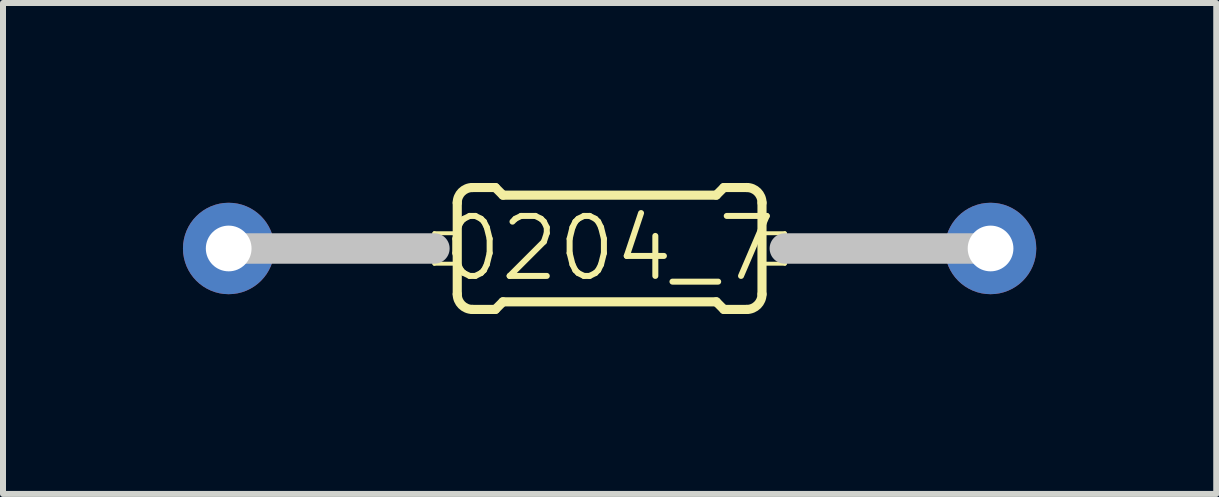
<source format=kicad_pcb>
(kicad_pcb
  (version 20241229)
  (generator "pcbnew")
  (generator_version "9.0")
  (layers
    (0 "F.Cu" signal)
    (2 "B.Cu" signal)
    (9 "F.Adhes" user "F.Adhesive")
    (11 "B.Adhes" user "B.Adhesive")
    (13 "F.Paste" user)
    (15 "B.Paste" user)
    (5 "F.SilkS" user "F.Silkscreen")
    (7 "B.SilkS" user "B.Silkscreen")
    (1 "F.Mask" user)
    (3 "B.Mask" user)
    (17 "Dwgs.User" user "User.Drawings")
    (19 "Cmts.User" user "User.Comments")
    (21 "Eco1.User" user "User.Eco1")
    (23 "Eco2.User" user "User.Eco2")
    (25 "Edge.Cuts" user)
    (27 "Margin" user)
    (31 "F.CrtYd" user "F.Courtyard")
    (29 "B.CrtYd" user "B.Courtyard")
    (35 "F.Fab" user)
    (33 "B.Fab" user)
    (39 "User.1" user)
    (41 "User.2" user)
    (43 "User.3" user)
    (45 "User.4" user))
  (footprint "0204_7"
    (layer "F.Cu")
    (at 7.112 1.092)
    (property "Reference" "0204_7" (at 0 0 0) (layer "F.SilkS") (effects (font (size 1 1) (thickness 0.1))))
    (attr exclude_from_pos_files exclude_from_bom)
    (fp_line (start -2.921 -0.254) (end -2.54 -0.254) (stroke (width 0.066) (type solid)) (layer "F.SilkS"))
    (fp_line (start -2.921 0.254) (end -2.921 -0.254) (stroke (width 0.066) (type solid)) (layer "F.SilkS"))
    (fp_line (start -2.921 0.254) (end -2.54 0.254) (stroke (width 0.066) (type solid)) (layer "F.SilkS"))
    (fp_line (start -2.54 0.254) (end -2.54 -0.254) (stroke (width 0.066) (type solid)) (layer "F.SilkS"))
    (fp_line (start -2.54 0.762) (end -2.54 -0.762) (stroke (width 0.152) (type solid)) (layer "F.SilkS"))
    (fp_line (start -2.286 -1.016) (end -1.905 -1.016) (stroke (width 0.152) (type solid)) (layer "F.SilkS"))
    (fp_line (start -2.286 1.016) (end -1.905 1.016) (stroke (width 0.152) (type solid)) (layer "F.SilkS"))
    (fp_line (start -1.778 -0.889) (end -1.905 -1.016) (stroke (width 0.152) (type solid)) (layer "F.SilkS"))
    (fp_line (start -1.778 0.889) (end -1.905 1.016) (stroke (width 0.152) (type solid)) (layer "F.SilkS"))
    (fp_line (start 1.778 -0.889) (end -1.778 -0.889) (stroke (width 0.152) (type solid)) (layer "F.SilkS"))
    (fp_line (start 1.778 -0.889) (end 1.905 -1.016) (stroke (width 0.152) (type solid)) (layer "F.SilkS"))
    (fp_line (start 1.778 0.889) (end -1.778 0.889) (stroke (width 0.152) (type solid)) (layer "F.SilkS"))
    (fp_line (start 1.778 0.889) (end 1.905 1.016) (stroke (width 0.152) (type solid)) (layer "F.SilkS"))
    (fp_line (start 2.286 -1.016) (end 1.905 -1.016) (stroke (width 0.152) (type solid)) (layer "F.SilkS"))
    (fp_line (start 2.286 1.016) (end 1.905 1.016) (stroke (width 0.152) (type solid)) (layer "F.SilkS"))
    (fp_line (start 2.54 -0.254) (end 2.921 -0.254) (stroke (width 0.066) (type solid)) (layer "F.SilkS"))
    (fp_line (start 2.54 0.254) (end 2.54 -0.254) (stroke (width 0.066) (type solid)) (layer "F.SilkS"))
    (fp_line (start 2.54 0.254) (end 2.921 0.254) (stroke (width 0.066) (type solid)) (layer "F.SilkS"))
    (fp_line (start 2.54 0.762) (end 2.54 -0.762) (stroke (width 0.152) (type solid)) (layer "F.SilkS"))
    (fp_line (start 2.921 0.254) (end 2.921 -0.254) (stroke (width 0.066) (type solid)) (layer "F.SilkS"))
    (fp_arc (start -2.54 -0.762) (mid -2.465605 -0.941605) (end -2.286 -1.016) (stroke (width 0.1524) (type solid)) (layer "F.SilkS"))
    (fp_arc (start -2.286 1.016) (mid -2.465605 0.941605) (end -2.54 0.762) (stroke (width 0.1524) (type solid)) (layer "F.SilkS"))
    (fp_arc (start 2.286 -1.016) (mid 2.465605 -0.941605) (end 2.54 -0.762) (stroke (width 0.1524) (type solid)) (layer "F.SilkS"))
    (fp_arc (start 2.54 0.762) (mid 2.465605 0.941605) (end 2.286 1.016) (stroke (width 0.1524) (type solid)) (layer "F.SilkS"))
    (fp_line (start -6.25 0) (end -2.921 0) (stroke (width 0.508) (type solid)) (layer "Dwgs.User"))
    (fp_line (start 6.25 0) (end 2.921 0) (stroke (width 0.508) (type solid)) (layer "Dwgs.User"))
    (pad "1" thru_hole circle (at -6.35 0) (size 1.524 1.524) (drill 0.762) (layers "*.Cu" "*.Paste" "*.Mask"))
    (pad "2" thru_hole circle (at 6.35 0) (size 1.524 1.524) (drill 0.762) (layers "*.Cu" "*.Paste" "*.Mask")))
  (gr_rect
    (start -3 -3)
    (end 17.224 5.184)
    (stroke (width 0.1) (type default))
    (fill no)
    (layer "Edge.Cuts")))
</source>
